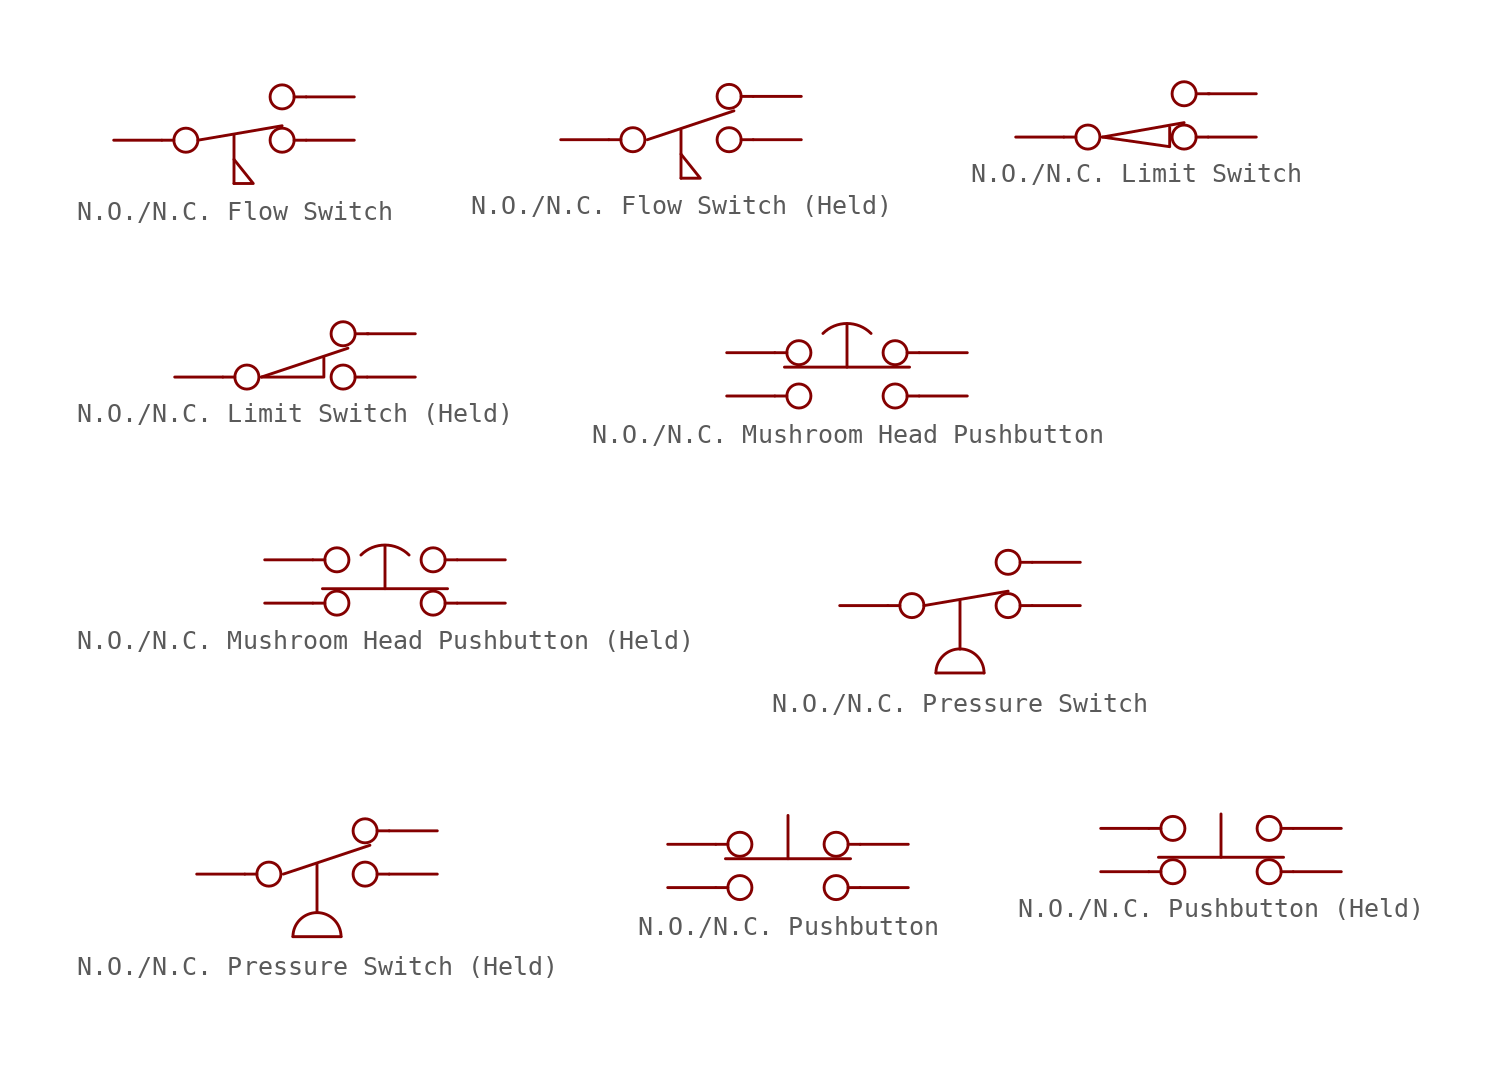
<source format=kicad_sym>
(kicad_symbol_lib
  (version 20241209)
  (generator "kicad_symbol_editor")
  (generator_version "9.0")
  (symbol "N.O./N.C. Flow Switch"
    (property "Reference" "U"
      (at 0 4.318 0)
      (effects (font (size 1.27 1.27)) (hide yes)))
    (property "Value" ""
      (at 0 0 0)
      (effects (font (size 1.27 1.27))))
    (symbol "N.O./N.C. Flow Switch_0_1"
      (polyline (pts (xy -3.81 0) (xy -3.175 0)) (stroke (width 0) (type default)) (fill (type none)))
      (circle (center -2.54 0) (radius 0.635) (stroke (width 0) (type default)) (fill (type none)))
      (polyline (pts (xy -1.905 0) (xy 2.54 0.762)) (stroke (width 0) (type default)) (fill (type none)))
      (polyline (pts (xy 0 0.254) (xy 0 -2.286)) (stroke (width 0) (type default)) (fill (type none)))
      (polyline (pts (xy 0 -1.016) (xy 1.016 -2.286) (xy 0.254 -2.286) (xy 0 -2.286)) (stroke (width 0) (type default)) (fill (type none)))
      (circle (center 2.54 2.286) (radius 0.635) (stroke (width 0) (type default)) (fill (type none)))
      (circle (center 2.54 0) (radius 0.635) (stroke (width 0) (type default)) (fill (type none)))
      (polyline (pts (xy 3.81 2.286) (xy 3.175 2.286)) (stroke (width 0) (type default)) (fill (type none)))
      (polyline (pts (xy 3.81 0) (xy 3.175 0)) (stroke (width 0) (type default)) (fill (type none))))
    (symbol "N.O./N.C. Flow Switch_1_1"
      (pin input line (at -6.35 0 0) (length 2.54) (name "" (effects (font (size 1.27 1.27)))) (number "" (effects (font (size 1.27 1.27)))))
      (pin input line (at 6.35 2.286 180) (length 2.54) (name "" (effects (font (size 1.27 1.27)))) (number "" (effects (font (size 1.27 1.27)))))
      (pin input line (at 6.35 0 180) (length 2.54) (name "" (effects (font (size 1.27 1.27)))) (number "" (effects (font (size 1.27 1.27)))))))
  (symbol "N.O./N.C. Flow Switch (Held)"
    (property "Reference" "U"
      (at 0 4.318 0)
      (effects (font (size 1.27 1.27)) (hide yes)))
    (property "Value" ""
      (at 0 0 0)
      (effects (font (size 1.27 1.27))))
    (symbol "N.O./N.C. Flow Switch (Held)_0_1"
      (polyline (pts (xy -3.81 0) (xy -3.175 0)) (stroke (width 0) (type default)) (fill (type none)))
      (circle (center -2.54 0) (radius 0.635) (stroke (width 0) (type default)) (fill (type none)))
      (polyline (pts (xy -1.778 0) (xy 2.794 1.524)) (stroke (width 0) (type default)) (fill (type none)))
      (polyline (pts (xy 0 0.508) (xy 0 -2.032)) (stroke (width 0) (type default)) (fill (type none)))
      (polyline (pts (xy 0 -0.762) (xy 1.016 -2.032) (xy 0.254 -2.032) (xy 0 -2.032)) (stroke (width 0) (type default)) (fill (type none)))
      (circle (center 2.54 2.286) (radius 0.635) (stroke (width 0) (type default)) (fill (type none)))
      (circle (center 2.54 0) (radius 0.635) (stroke (width 0) (type default)) (fill (type none)))
      (polyline (pts (xy 3.81 2.286) (xy 3.175 2.286)) (stroke (width 0) (type default)) (fill (type none)))
      (polyline (pts (xy 3.81 0) (xy 3.175 0)) (stroke (width 0) (type default)) (fill (type none))))
    (symbol "N.O./N.C. Flow Switch (Held)_1_1"
      (pin input line (at -6.35 0 0) (length 2.54) (name "" (effects (font (size 1.27 1.27)))) (number "" (effects (font (size 1.27 1.27)))))
      (pin input line (at 6.35 2.286 180) (length 2.54) (name "" (effects (font (size 1.27 1.27)))) (number "" (effects (font (size 1.27 1.27)))))
      (pin input line (at 6.35 0 180) (length 2.54) (name "" (effects (font (size 1.27 1.27)))) (number "" (effects (font (size 1.27 1.27)))))))
  (symbol "N.O./N.C. Limit Switch"
    (property "Reference" "U"
      (at 0 4.064 0)
      (effects (font (size 1.27 1.27)) (hide yes)))
    (property "Value" ""
      (at 0 0 0)
      (effects (font (size 1.27 1.27))))
    (symbol "N.O./N.C. Limit Switch_0_1"
      (polyline (pts (xy -3.81 0) (xy -3.175 0)) (stroke (width 0) (type default)) (fill (type none)))
      (circle (center -2.54 0) (radius 0.635) (stroke (width 0) (type default)) (fill (type none)))
      (polyline (pts (xy -1.778 0) (xy 2.54 0.762)) (stroke (width 0) (type default)) (fill (type none)))
      (polyline (pts (xy -1.778 0) (xy 1.778 -0.508) (xy 1.778 0.508)) (stroke (width 0) (type default)) (fill (type none)))
      (circle (center 2.54 2.286) (radius 0.635) (stroke (width 0) (type default)) (fill (type none)))
      (circle (center 2.54 0) (radius 0.635) (stroke (width 0) (type default)) (fill (type none)))
      (polyline (pts (xy 3.81 0) (xy 3.175 0)) (stroke (width 0) (type default)) (fill (type none)))
      (polyline (pts (xy 3.873 2.286) (xy 3.238 2.286)) (stroke (width 0) (type default)) (fill (type none))))
    (symbol "N.O./N.C. Limit Switch_1_1"
      (pin input line (at -6.35 0 0) (length 2.54) (name "" (effects (font (size 1.27 1.27)))) (number "" (effects (font (size 1.27 1.27)))))
      (pin input line (at 6.35 2.286 180) (length 2.54) (name "" (effects (font (size 1.27 1.27)))) (number "" (effects (font (size 1.27 1.27)))))
      (pin input line (at 6.35 0 180) (length 2.54) (name "" (effects (font (size 1.27 1.27)))) (number "" (effects (font (size 1.27 1.27)))))))
  (symbol "N.O./N.C. Limit Switch (Held)"
    (property "Reference" "U"
      (at 0 4.064 0)
      (effects (font (size 1.27 1.27)) (hide yes)))
    (property "Value" ""
      (at 0 0 0)
      (effects (font (size 1.27 1.27))))
    (symbol "N.O./N.C. Limit Switch (Held)_0_1"
      (polyline (pts (xy -3.81 0) (xy -3.175 0)) (stroke (width 0) (type default)) (fill (type none)))
      (circle (center -2.54 0) (radius 0.635) (stroke (width 0) (type default)) (fill (type none)))
      (polyline (pts (xy -1.778 0) (xy 2.794 1.524)) (stroke (width 0) (type default)) (fill (type none)))
      (polyline (pts (xy -1.778 0) (xy 1.524 0) (xy 1.524 1.016)) (stroke (width 0) (type default)) (fill (type none)))
      (circle (center 2.54 2.286) (radius 0.635) (stroke (width 0) (type default)) (fill (type none)))
      (circle (center 2.54 0) (radius 0.635) (stroke (width 0) (type default)) (fill (type none)))
      (polyline (pts (xy 3.81 0) (xy 3.175 0)) (stroke (width 0) (type default)) (fill (type none)))
      (polyline (pts (xy 3.873 2.286) (xy 3.238 2.286)) (stroke (width 0) (type default)) (fill (type none))))
    (symbol "N.O./N.C. Limit Switch (Held)_1_1"
      (pin input line (at -6.35 0 0) (length 2.54) (name "" (effects (font (size 1.27 1.27)))) (number "" (effects (font (size 1.27 1.27)))))
      (pin input line (at 6.35 2.286 180) (length 2.54) (name "" (effects (font (size 1.27 1.27)))) (number "" (effects (font (size 1.27 1.27)))))
      (pin input line (at 6.35 0 180) (length 2.54) (name "" (effects (font (size 1.27 1.27)))) (number "" (effects (font (size 1.27 1.27)))))))
  (symbol "N.O./N.C. Mushroom Head Pushbutton"
    (property "Reference" "U"
      (at 0 4.064 0)
      (effects (font (size 1.27 1.27)) (hide yes)))
    (property "Value" ""
      (at 0 0 0)
      (effects (font (size 1.27 1.27))))
    (symbol "N.O./N.C. Mushroom Head Pushbutton_0_1"
      (polyline (pts (xy -3.81 1.27) (xy -3.175 1.27)) (stroke (width 0) (type default)) (fill (type none)))
      (polyline (pts (xy -3.81 -1.016) (xy -3.175 -1.016)) (stroke (width 0) (type default)) (fill (type none)))
      (polyline (pts (xy -3.302 0.508) (xy 3.302 0.508)) (stroke (width 0) (type default)) (fill (type none)))
      (circle (center -2.54 1.27) (radius 0.635) (stroke (width 0) (type default)) (fill (type none)))
      (circle (center -2.54 -1.016) (radius 0.635) (stroke (width 0) (type default)) (fill (type none)))
      (arc (start -1.27 2.2858) (mid 0 2.8119) (end 1.27 2.2858) (stroke (width 0) (type default)) (fill (type none)))
      (circle (center 2.54 1.27) (radius 0.635) (stroke (width 0) (type default)) (fill (type none)))
      (circle (center 2.54 -1.016) (radius 0.635) (stroke (width 0) (type default)) (fill (type none)))
      (polyline (pts (xy 3.81 1.27) (xy 3.175 1.27)) (stroke (width 0) (type default)) (fill (type none)))
      (polyline (pts (xy 3.81 -1.016) (xy 3.175 -1.016)) (stroke (width 0) (type default)) (fill (type none))))
    (symbol "N.O./N.C. Mushroom Head Pushbutton_1_1"
      (polyline (pts (xy 0 0.508) (xy 0 2.794)) (stroke (width 0) (type solid)) (fill (type none)))
      (pin input line (at -6.35 1.27 0) (length 2.54) (name "" (effects (font (size 1.27 1.27)))) (number "" (effects (font (size 1.27 1.27)))))
      (pin input line (at -6.35 -1.016 0) (length 2.54) (name "" (effects (font (size 1.27 1.27)))) (number "" (effects (font (size 1.27 1.27)))))
      (pin input line (at 6.35 1.27 180) (length 2.54) (name "" (effects (font (size 1.27 1.27)))) (number "" (effects (font (size 1.27 1.27)))))
      (pin input line (at 6.35 -1.016 180) (length 2.54) (name "" (effects (font (size 1.27 1.27)))) (number "" (effects (font (size 1.27 1.27)))))))
  (symbol "N.O./N.C. Mushroom Head Pushbutton (Held)"
    (property "Reference" "U"
      (at 0 3.302 0)
      (effects (font (size 1.27 1.27)) (hide yes)))
    (property "Value" ""
      (at 0 0 0)
      (effects (font (size 1.27 1.27))))
    (symbol "N.O./N.C. Mushroom Head Pushbutton (Held)_0_1"
      (polyline (pts (xy -3.81 1.27) (xy -3.175 1.27)) (stroke (width 0) (type default)) (fill (type none)))
      (polyline (pts (xy -3.81 -1.016) (xy -3.175 -1.016)) (stroke (width 0) (type default)) (fill (type none)))
      (polyline (pts (xy -3.302 -0.254) (xy 3.302 -0.254)) (stroke (width 0) (type default)) (fill (type none)))
      (circle (center -2.54 1.27) (radius 0.635) (stroke (width 0) (type default)) (fill (type none)))
      (circle (center -2.54 -1.016) (radius 0.635) (stroke (width 0) (type default)) (fill (type none)))
      (arc (start -1.27 1.5238) (mid 0 2.0499) (end 1.27 1.5238) (stroke (width 0) (type default)) (fill (type none)))
      (circle (center 2.54 1.27) (radius 0.635) (stroke (width 0) (type default)) (fill (type none)))
      (circle (center 2.54 -1.016) (radius 0.635) (stroke (width 0) (type default)) (fill (type none)))
      (polyline (pts (xy 3.81 1.27) (xy 3.175 1.27)) (stroke (width 0) (type default)) (fill (type none)))
      (polyline (pts (xy 3.81 -1.016) (xy 3.175 -1.016)) (stroke (width 0) (type default)) (fill (type none))))
    (symbol "N.O./N.C. Mushroom Head Pushbutton (Held)_1_1"
      (polyline (pts (xy 0 -0.254) (xy 0 2.032)) (stroke (width 0) (type solid)) (fill (type none)))
      (pin input line (at -6.35 1.27 0) (length 2.54) (name "" (effects (font (size 1.27 1.27)))) (number "" (effects (font (size 1.27 1.27)))))
      (pin input line (at -6.35 -1.016 0) (length 2.54) (name "" (effects (font (size 1.27 1.27)))) (number "" (effects (font (size 1.27 1.27)))))
      (pin input line (at 6.35 1.27 180) (length 2.54) (name "" (effects (font (size 1.27 1.27)))) (number "" (effects (font (size 1.27 1.27)))))
      (pin input line (at 6.35 -1.016 180) (length 2.54) (name "" (effects (font (size 1.27 1.27)))) (number "" (effects (font (size 1.27 1.27)))))))
  (symbol "N.O./N.C. Pressure Switch"
    (property "Reference" "U"
      (at 0 2.794 0)
      (effects (font (size 1.27 1.27)) (hide yes)))
    (property "Value" ""
      (at 0 0 0)
      (effects (font (size 1.27 1.27))))
    (symbol "N.O./N.C. Pressure Switch_0_1"
      (polyline (pts (xy -3.81 0) (xy -3.175 0)) (stroke (width 0) (type default)) (fill (type none)))
      (circle (center -2.54 0) (radius 0.635) (stroke (width 0) (type default)) (fill (type none)))
      (polyline (pts (xy -1.905 0) (xy 2.54 0.762)) (stroke (width 0) (type default)) (fill (type none)))
      (polyline (pts (xy -1.27 -3.556) (xy 1.27 -3.556)) (stroke (width 0) (type default)) (fill (type none)))
      (arc (start 0 -2.286) (mid 0.898 -2.658) (end 1.27 -3.556) (stroke (width 0) (type default)) (fill (type none)))
      (polyline (pts (xy 0 0.254) (xy 0 -2.286)) (stroke (width 0) (type default)) (fill (type none)))
      (arc (start -1.27 -3.556) (mid -0.898 -2.658) (end 0 -2.286) (stroke (width 0) (type default)) (fill (type none)))
      (circle (center 2.54 2.286) (radius 0.635) (stroke (width 0) (type default)) (fill (type none)))
      (circle (center 2.54 0) (radius 0.635) (stroke (width 0) (type default)) (fill (type none)))
      (polyline (pts (xy 3.81 2.286) (xy 3.175 2.286)) (stroke (width 0) (type default)) (fill (type none)))
      (polyline (pts (xy 3.81 0) (xy 3.175 0)) (stroke (width 0) (type default)) (fill (type none))))
    (symbol "N.O./N.C. Pressure Switch_1_1"
      (pin input line (at -6.35 0 0) (length 2.54) (name "" (effects (font (size 1.27 1.27)))) (number "" (effects (font (size 1.27 1.27)))))
      (pin input line (at 6.35 2.286 180) (length 2.54) (name "" (effects (font (size 1.27 1.27)))) (number "" (effects (font (size 1.27 1.27)))))
      (pin input line (at 6.35 0 180) (length 2.54) (name "" (effects (font (size 1.27 1.27)))) (number "" (effects (font (size 1.27 1.27)))))))
  (symbol "N.O./N.C. Pressure Switch (Held)"
    (property "Reference" "U"
      (at 0 4.064 0)
      (effects (font (size 1.27 1.27)) (hide yes)))
    (property "Value" ""
      (at 0 0 0)
      (effects (font (size 1.27 1.27))))
    (symbol "N.O./N.C. Pressure Switch (Held)_0_1"
      (polyline (pts (xy -3.81 0) (xy -3.175 0)) (stroke (width 0) (type default)) (fill (type none)))
      (circle (center -2.54 0) (radius 0.635) (stroke (width 0) (type default)) (fill (type none)))
      (polyline (pts (xy -1.778 0) (xy 2.794 1.524)) (stroke (width 0) (type default)) (fill (type none)))
      (polyline (pts (xy -1.27 -3.302) (xy 1.27 -3.302)) (stroke (width 0) (type default)) (fill (type none)))
      (arc (start 0 -2.032) (mid 0.898 -2.404) (end 1.27 -3.302) (stroke (width 0) (type default)) (fill (type none)))
      (polyline (pts (xy 0 0.508) (xy 0 -2.032)) (stroke (width 0) (type default)) (fill (type none)))
      (arc (start -1.27 -3.302) (mid -0.898 -2.404) (end 0 -2.032) (stroke (width 0) (type default)) (fill (type none)))
      (circle (center 2.54 2.286) (radius 0.635) (stroke (width 0) (type default)) (fill (type none)))
      (circle (center 2.54 0) (radius 0.635) (stroke (width 0) (type default)) (fill (type none)))
      (polyline (pts (xy 3.81 2.286) (xy 3.175 2.286)) (stroke (width 0) (type default)) (fill (type none)))
      (polyline (pts (xy 3.81 0) (xy 3.175 0)) (stroke (width 0) (type default)) (fill (type none))))
    (symbol "N.O./N.C. Pressure Switch (Held)_1_1"
      (pin input line (at -6.35 0 0) (length 2.54) (name "" (effects (font (size 1.27 1.27)))) (number "" (effects (font (size 1.27 1.27)))))
      (pin input line (at 6.35 2.286 180) (length 2.54) (name "" (effects (font (size 1.27 1.27)))) (number "" (effects (font (size 1.27 1.27)))))
      (pin input line (at 6.35 0 180) (length 2.54) (name "" (effects (font (size 1.27 1.27)))) (number "" (effects (font (size 1.27 1.27)))))))
  (symbol "N.O./N.C. Pushbutton"
    (property "Reference" "U"
      (at 0 4.064 0)
      (effects (font (size 1.27 1.27)) (hide yes)))
    (property "Value" ""
      (at 0 0 0)
      (effects (font (size 1.27 1.27))))
    (symbol "N.O./N.C. Pushbutton_0_1"
      (polyline (pts (xy -3.81 1.27) (xy -3.175 1.27)) (stroke (width 0) (type default)) (fill (type none)))
      (polyline (pts (xy -3.81 -1.016) (xy -3.175 -1.016)) (stroke (width 0) (type default)) (fill (type none)))
      (polyline (pts (xy -3.302 0.508) (xy 3.302 0.508)) (stroke (width 0) (type default)) (fill (type none)))
      (circle (center -2.54 1.27) (radius 0.635) (stroke (width 0) (type default)) (fill (type none)))
      (circle (center -2.54 -1.016) (radius 0.635) (stroke (width 0) (type default)) (fill (type none)))
      (circle (center 2.54 1.27) (radius 0.635) (stroke (width 0) (type default)) (fill (type none)))
      (circle (center 2.54 -1.016) (radius 0.635) (stroke (width 0) (type default)) (fill (type none)))
      (polyline (pts (xy 3.81 1.27) (xy 3.175 1.27)) (stroke (width 0) (type default)) (fill (type none)))
      (polyline (pts (xy 3.81 -1.016) (xy 3.175 -1.016)) (stroke (width 0) (type default)) (fill (type none))))
    (symbol "N.O./N.C. Pushbutton_1_1"
      (polyline (pts (xy 0 0.508) (xy 0 2.794)) (stroke (width 0) (type solid)) (fill (type none)))
      (pin input line (at -6.35 1.27 0) (length 2.54) (name "" (effects (font (size 1.27 1.27)))) (number "" (effects (font (size 1.27 1.27)))))
      (pin input line (at -6.35 -1.016 0) (length 2.54) (name "" (effects (font (size 1.27 1.27)))) (number "" (effects (font (size 1.27 1.27)))))
      (pin input line (at 6.35 1.27 180) (length 2.54) (name "" (effects (font (size 1.27 1.27)))) (number "" (effects (font (size 1.27 1.27)))))
      (pin input line (at 6.35 -1.016 180) (length 2.54) (name "" (effects (font (size 1.27 1.27)))) (number "" (effects (font (size 1.27 1.27)))))))
  (symbol "N.O./N.C. Pushbutton (Held)"
    (property "Reference" "U"
      (at 0 3.302 0)
      (effects (font (size 1.27 1.27)) (hide yes)))
    (property "Value" ""
      (at 0 0 0)
      (effects (font (size 1.27 1.27))))
    (symbol "N.O./N.C. Pushbutton (Held)_0_1"
      (polyline (pts (xy -3.81 1.27) (xy -3.175 1.27)) (stroke (width 0) (type default)) (fill (type none)))
      (polyline (pts (xy -3.81 -1.016) (xy -3.175 -1.016)) (stroke (width 0) (type default)) (fill (type none)))
      (polyline (pts (xy -3.302 -0.254) (xy 3.302 -0.254)) (stroke (width 0) (type default)) (fill (type none)))
      (circle (center -2.54 1.27) (radius 0.635) (stroke (width 0) (type default)) (fill (type none)))
      (circle (center -2.54 -1.016) (radius 0.635) (stroke (width 0) (type default)) (fill (type none)))
      (circle (center 2.54 1.27) (radius 0.635) (stroke (width 0) (type default)) (fill (type none)))
      (circle (center 2.54 -1.016) (radius 0.635) (stroke (width 0) (type default)) (fill (type none)))
      (polyline (pts (xy 3.81 1.27) (xy 3.175 1.27)) (stroke (width 0) (type default)) (fill (type none)))
      (polyline (pts (xy 3.81 -1.016) (xy 3.175 -1.016)) (stroke (width 0) (type default)) (fill (type none))))
    (symbol "N.O./N.C. Pushbutton (Held)_1_1"
      (polyline (pts (xy 0 -0.254) (xy 0 2.032)) (stroke (width 0) (type solid)) (fill (type none)))
      (pin input line (at -6.35 1.27 0) (length 2.54) (name "" (effects (font (size 1.27 1.27)))) (number "" (effects (font (size 1.27 1.27)))))
      (pin input line (at -6.35 -1.016 0) (length 2.54) (name "" (effects (font (size 1.27 1.27)))) (number "" (effects (font (size 1.27 1.27)))))
      (pin input line (at 6.35 1.27 180) (length 2.54) (name "" (effects (font (size 1.27 1.27)))) (number "" (effects (font (size 1.27 1.27)))))
      (pin input line (at 6.35 -1.016 180) (length 2.54) (name "" (effects (font (size 1.27 1.27)))) (number "" (effects (font (size 1.27 1.27))))))))
</source>
